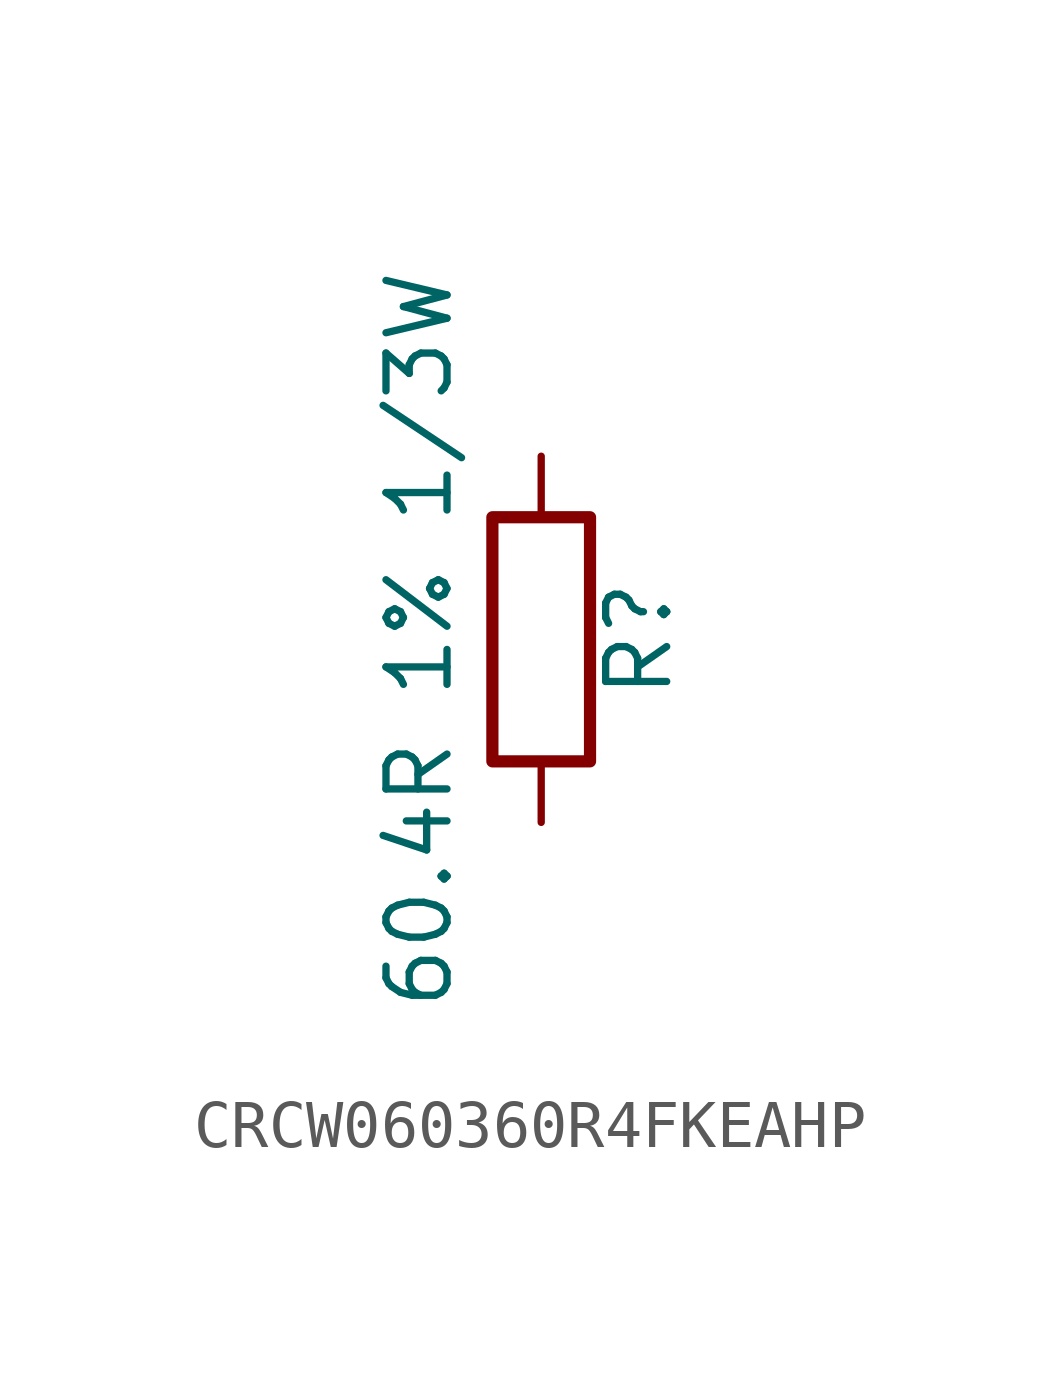
<source format=kicad_sym>
(kicad_symbol_lib
  (version 20231120)
  (generator "kicad_symbol_editor")
  (generator_version "8.0")
  (symbol "CRCW060360R4FKEAHP"
    (pin_numbers hide)
    (pin_names
      (offset 0))
    (property "Reference" "R"
      (at 2.032 0 90)
      (effects (font (size 1.27 1.27))))
    (property "Value" "60.4R 1% 1/3W"
      (at -2.54 0 90)
      (effects (font (size 1.27 1.27))))
    (symbol "CRCW060360R4FKEAHP_0_1"
      (rectangle (start -1.016 2.54) (end 1.016 -2.54) (stroke (width 0.254) (type default)) (fill (type none))))
    (symbol "CRCW060360R4FKEAHP_1_1"
      (pin passive line (at 0 3.81 270) (length 1.27) (name "~" (effects (font (size 1.27 1.27)))) (number "1" (effects (font (size 1.27 1.27)))))
      (pin passive line (at 0 -3.81 90) (length 1.27) (name "~" (effects (font (size 1.27 1.27)))) (number "2" (effects (font (size 1.27 1.27))))))))
</source>
